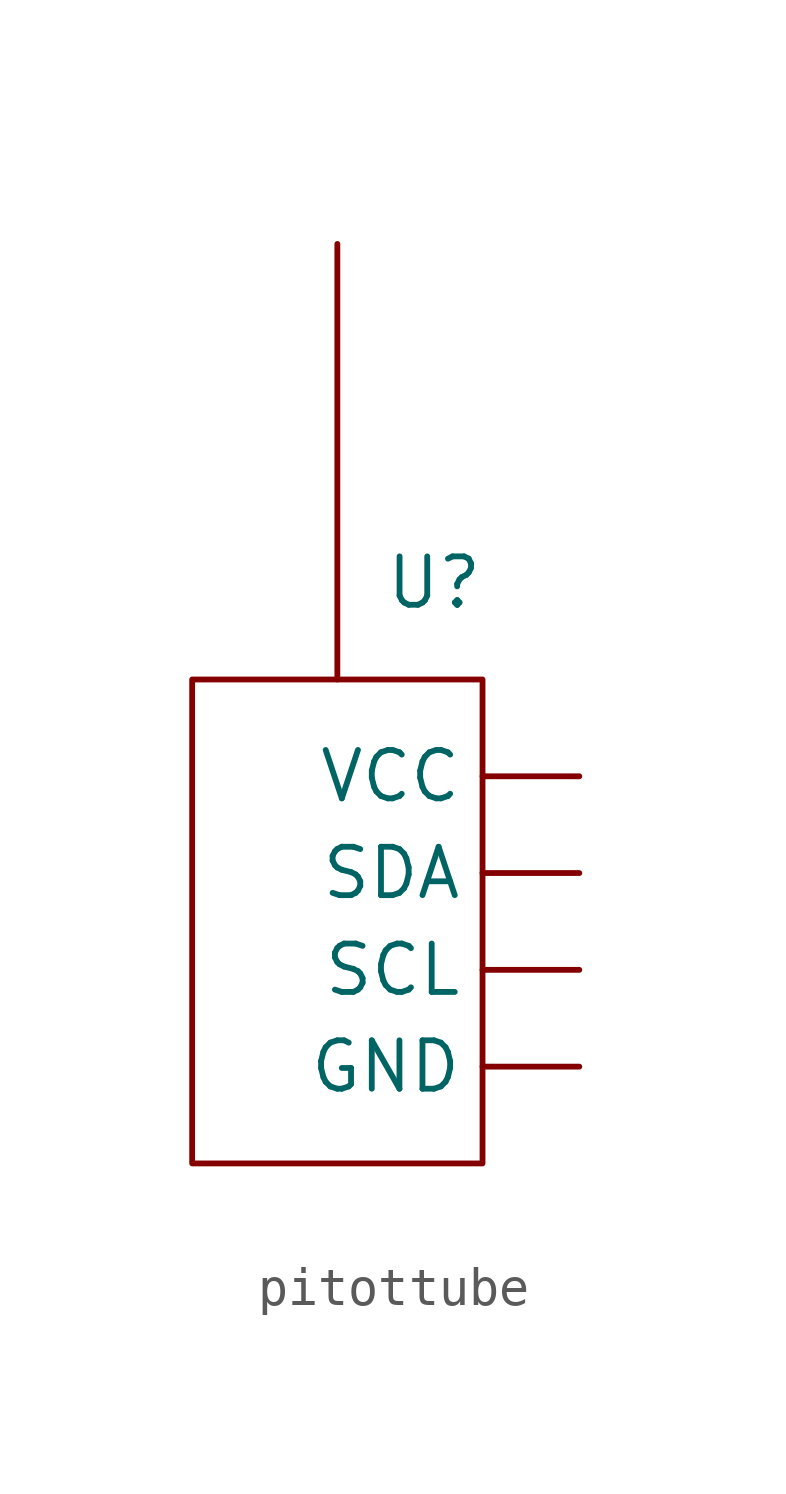
<source format=kicad_sym>
(kicad_symbol_lib
  (version 20231120)
  (generator "kicad_symbol_editor")
  (generator_version "8.0")
  (symbol "pitottube"
    (property "Reference" "U"
      (at 2.54 2.54 0)
      (effects (font (size 1.27 1.27))))
    (property "Value" ""
      (at 2.54 2.54 0)
      (effects (font (size 1.27 1.27))))
    (symbol "pitottube_0_1"
      (rectangle (start -3.81 0) (end 3.81 -12.7) (stroke (width 0) (type default)) (fill (type none)))
      (polyline (pts (xy 0 11.43) (xy 0 0)) (stroke (width 0) (type default)) (fill (type none))))
    (symbol "pitottube_1_1"
      (pin power_out line (at 6.35 -10.16 180) (length 2.54) (name "GND" (effects (font (size 1.27 1.27)))) (number "" (effects (font (size 1.27 1.27)))))
      (pin power_out line (at 6.35 -7.62 180) (length 2.54) (name "SCL" (effects (font (size 1.27 1.27)))) (number "" (effects (font (size 1.27 1.27)))))
      (pin power_out line (at 6.35 -5.08 180) (length 2.54) (name "SDA" (effects (font (size 1.27 1.27)))) (number "" (effects (font (size 1.27 1.27)))))
      (pin power_out line (at 6.35 -2.54 180) (length 2.54) (name "VCC" (effects (font (size 1.27 1.27)))) (number "" (effects (font (size 1.27 1.27))))))))
</source>
